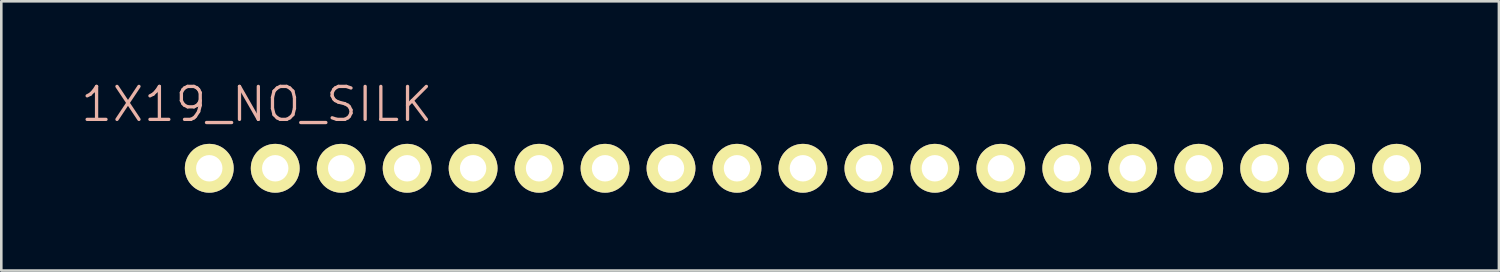
<source format=kicad_pcb>
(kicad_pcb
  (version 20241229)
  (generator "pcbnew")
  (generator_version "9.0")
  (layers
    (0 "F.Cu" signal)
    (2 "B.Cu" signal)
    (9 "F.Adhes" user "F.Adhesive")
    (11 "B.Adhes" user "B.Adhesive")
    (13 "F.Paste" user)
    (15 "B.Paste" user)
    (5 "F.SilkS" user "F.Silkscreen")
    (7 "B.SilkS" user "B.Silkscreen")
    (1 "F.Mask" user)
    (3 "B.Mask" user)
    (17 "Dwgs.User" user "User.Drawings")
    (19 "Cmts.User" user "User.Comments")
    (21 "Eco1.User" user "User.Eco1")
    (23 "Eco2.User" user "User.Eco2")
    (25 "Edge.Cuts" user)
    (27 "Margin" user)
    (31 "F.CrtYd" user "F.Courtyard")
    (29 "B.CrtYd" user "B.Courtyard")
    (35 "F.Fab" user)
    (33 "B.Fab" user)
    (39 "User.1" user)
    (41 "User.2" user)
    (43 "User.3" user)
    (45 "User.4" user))
  (footprint "1X19_NO_SILK"
    (layer "F.Cu")
    (at 5.008 3.43)
    (property "Reference" "1X19_NO_SILK" (at 1.829 -2.464 0) (layer "B.SilkS") (effects (font (size 1.27 1.27) (thickness 0.127))))
    (attr exclude_from_pos_files exclude_from_bom)
    (fp_line (start -0.254 -0.254) (end 0.254 -0.254) (stroke (width 0.066) (type solid)) (layer "F.SilkS"))
    (fp_line (start -0.254 0.254) (end -0.254 -0.254) (stroke (width 0.066) (type solid)) (layer "F.SilkS"))
    (fp_line (start -0.254 0.254) (end 0.254 0.254) (stroke (width 0.066) (type solid)) (layer "F.SilkS"))
    (fp_line (start 0.254 0.254) (end 0.254 -0.254) (stroke (width 0.066) (type solid)) (layer "F.SilkS"))
    (fp_line (start 2.286 -0.254) (end 2.794 -0.254) (stroke (width 0.066) (type solid)) (layer "F.SilkS"))
    (fp_line (start 2.286 0.254) (end 2.286 -0.254) (stroke (width 0.066) (type solid)) (layer "F.SilkS"))
    (fp_line (start 2.286 0.254) (end 2.794 0.254) (stroke (width 0.066) (type solid)) (layer "F.SilkS"))
    (fp_line (start 2.794 0.254) (end 2.794 -0.254) (stroke (width 0.066) (type solid)) (layer "F.SilkS"))
    (fp_line (start 4.826 -0.254) (end 5.334 -0.254) (stroke (width 0.066) (type solid)) (layer "F.SilkS"))
    (fp_line (start 4.826 0.254) (end 4.826 -0.254) (stroke (width 0.066) (type solid)) (layer "F.SilkS"))
    (fp_line (start 4.826 0.254) (end 5.334 0.254) (stroke (width 0.066) (type solid)) (layer "F.SilkS"))
    (fp_line (start 5.334 0.254) (end 5.334 -0.254) (stroke (width 0.066) (type solid)) (layer "F.SilkS"))
    (fp_line (start 7.366 -0.254) (end 7.874 -0.254) (stroke (width 0.066) (type solid)) (layer "F.SilkS"))
    (fp_line (start 7.366 0.254) (end 7.366 -0.254) (stroke (width 0.066) (type solid)) (layer "F.SilkS"))
    (fp_line (start 7.366 0.254) (end 7.874 0.254) (stroke (width 0.066) (type solid)) (layer "F.SilkS"))
    (fp_line (start 7.874 0.254) (end 7.874 -0.254) (stroke (width 0.066) (type solid)) (layer "F.SilkS"))
    (fp_line (start 9.906 -0.254) (end 10.414 -0.254) (stroke (width 0.066) (type solid)) (layer "F.SilkS"))
    (fp_line (start 9.906 0.254) (end 9.906 -0.254) (stroke (width 0.066) (type solid)) (layer "F.SilkS"))
    (fp_line (start 9.906 0.254) (end 10.414 0.254) (stroke (width 0.066) (type solid)) (layer "F.SilkS"))
    (fp_line (start 10.414 0.254) (end 10.414 -0.254) (stroke (width 0.066) (type solid)) (layer "F.SilkS"))
    (fp_line (start 12.446 -0.254) (end 12.954 -0.254) (stroke (width 0.066) (type solid)) (layer "F.SilkS"))
    (fp_line (start 12.446 0.254) (end 12.446 -0.254) (stroke (width 0.066) (type solid)) (layer "F.SilkS"))
    (fp_line (start 12.446 0.254) (end 12.954 0.254) (stroke (width 0.066) (type solid)) (layer "F.SilkS"))
    (fp_line (start 12.954 0.254) (end 12.954 -0.254) (stroke (width 0.066) (type solid)) (layer "F.SilkS"))
    (fp_line (start 14.986 -0.254) (end 15.494 -0.254) (stroke (width 0.066) (type solid)) (layer "F.SilkS"))
    (fp_line (start 14.986 0.254) (end 14.986 -0.254) (stroke (width 0.066) (type solid)) (layer "F.SilkS"))
    (fp_line (start 14.986 0.254) (end 15.494 0.254) (stroke (width 0.066) (type solid)) (layer "F.SilkS"))
    (fp_line (start 15.494 0.254) (end 15.494 -0.254) (stroke (width 0.066) (type solid)) (layer "F.SilkS"))
    (fp_line (start 17.523 -0.254) (end 18.034 -0.254) (stroke (width 0.066) (type solid)) (layer "F.SilkS"))
    (fp_line (start 17.523 0.254) (end 17.523 -0.254) (stroke (width 0.066) (type solid)) (layer "F.SilkS"))
    (fp_line (start 17.523 0.254) (end 18.034 0.254) (stroke (width 0.066) (type solid)) (layer "F.SilkS"))
    (fp_line (start 18.034 0.254) (end 18.034 -0.254) (stroke (width 0.066) (type solid)) (layer "F.SilkS"))
    (fp_line (start 20.066 -0.254) (end 20.574 -0.254) (stroke (width 0.066) (type solid)) (layer "F.SilkS"))
    (fp_line (start 20.066 0.254) (end 20.066 -0.254) (stroke (width 0.066) (type solid)) (layer "F.SilkS"))
    (fp_line (start 20.066 0.254) (end 20.574 0.254) (stroke (width 0.066) (type solid)) (layer "F.SilkS"))
    (fp_line (start 20.574 0.254) (end 20.574 -0.254) (stroke (width 0.066) (type solid)) (layer "F.SilkS"))
    (fp_line (start 22.606 -0.254) (end 23.114 -0.254) (stroke (width 0.066) (type solid)) (layer "F.SilkS"))
    (fp_line (start 22.606 0.254) (end 22.606 -0.254) (stroke (width 0.066) (type solid)) (layer "F.SilkS"))
    (fp_line (start 22.606 0.254) (end 23.114 0.254) (stroke (width 0.066) (type solid)) (layer "F.SilkS"))
    (fp_line (start 23.114 0.254) (end 23.114 -0.254) (stroke (width 0.066) (type solid)) (layer "F.SilkS"))
    (fp_line (start 25.146 -0.254) (end 25.654 -0.254) (stroke (width 0.066) (type solid)) (layer "F.SilkS"))
    (fp_line (start 25.146 0.254) (end 25.146 -0.254) (stroke (width 0.066) (type solid)) (layer "F.SilkS"))
    (fp_line (start 25.146 0.254) (end 25.654 0.254) (stroke (width 0.066) (type solid)) (layer "F.SilkS"))
    (fp_line (start 25.654 0.254) (end 25.654 -0.254) (stroke (width 0.066) (type solid)) (layer "F.SilkS"))
    (fp_line (start 27.686 -0.254) (end 28.194 -0.254) (stroke (width 0.066) (type solid)) (layer "F.SilkS"))
    (fp_line (start 27.686 0.254) (end 27.686 -0.254) (stroke (width 0.066) (type solid)) (layer "F.SilkS"))
    (fp_line (start 27.686 0.254) (end 28.194 0.254) (stroke (width 0.066) (type solid)) (layer "F.SilkS"))
    (fp_line (start 28.194 0.254) (end 28.194 -0.254) (stroke (width 0.066) (type solid)) (layer "F.SilkS"))
    (fp_line (start 30.226 -0.254) (end 30.734 -0.254) (stroke (width 0.066) (type solid)) (layer "F.SilkS"))
    (fp_line (start 30.226 0.254) (end 30.226 -0.254) (stroke (width 0.066) (type solid)) (layer "F.SilkS"))
    (fp_line (start 30.226 0.254) (end 30.734 0.254) (stroke (width 0.066) (type solid)) (layer "F.SilkS"))
    (fp_line (start 30.734 0.254) (end 30.734 -0.254) (stroke (width 0.066) (type solid)) (layer "F.SilkS"))
    (fp_line (start 32.766 -0.254) (end 33.274 -0.254) (stroke (width 0.066) (type solid)) (layer "F.SilkS"))
    (fp_line (start 32.766 0.254) (end 32.766 -0.254) (stroke (width 0.066) (type solid)) (layer "F.SilkS"))
    (fp_line (start 32.766 0.254) (end 33.274 0.254) (stroke (width 0.066) (type solid)) (layer "F.SilkS"))
    (fp_line (start 33.274 0.254) (end 33.274 -0.254) (stroke (width 0.066) (type solid)) (layer "F.SilkS"))
    (fp_line (start 35.303 -0.254) (end 35.814 -0.254) (stroke (width 0.066) (type solid)) (layer "F.SilkS"))
    (fp_line (start 35.303 0.254) (end 35.303 -0.254) (stroke (width 0.066) (type solid)) (layer "F.SilkS"))
    (fp_line (start 35.303 0.254) (end 35.814 0.254) (stroke (width 0.066) (type solid)) (layer "F.SilkS"))
    (fp_line (start 35.814 0.254) (end 35.814 -0.254) (stroke (width 0.066) (type solid)) (layer "F.SilkS"))
    (fp_line (start 37.846 -0.254) (end 38.354 -0.254) (stroke (width 0.066) (type solid)) (layer "F.SilkS"))
    (fp_line (start 37.846 0.254) (end 37.846 -0.254) (stroke (width 0.066) (type solid)) (layer "F.SilkS"))
    (fp_line (start 37.846 0.254) (end 38.354 0.254) (stroke (width 0.066) (type solid)) (layer "F.SilkS"))
    (fp_line (start 38.354 0.254) (end 38.354 -0.254) (stroke (width 0.066) (type solid)) (layer "F.SilkS"))
    (fp_line (start 40.386 -0.254) (end 40.894 -0.254) (stroke (width 0.066) (type solid)) (layer "F.SilkS"))
    (fp_line (start 40.386 0.254) (end 40.386 -0.254) (stroke (width 0.066) (type solid)) (layer "F.SilkS"))
    (fp_line (start 40.386 0.254) (end 40.894 0.254) (stroke (width 0.066) (type solid)) (layer "F.SilkS"))
    (fp_line (start 40.894 0.254) (end 40.894 -0.254) (stroke (width 0.066) (type solid)) (layer "F.SilkS"))
    (fp_line (start 42.926 -0.254) (end 43.434 -0.254) (stroke (width 0.066) (type solid)) (layer "F.SilkS"))
    (fp_line (start 42.926 0.254) (end 42.926 -0.254) (stroke (width 0.066) (type solid)) (layer "F.SilkS"))
    (fp_line (start 42.926 0.254) (end 43.434 0.254) (stroke (width 0.066) (type solid)) (layer "F.SilkS"))
    (fp_line (start 43.434 0.254) (end 43.434 -0.254) (stroke (width 0.066) (type solid)) (layer "F.SilkS"))
    (fp_line (start 45.466 -0.254) (end 45.974 -0.254) (stroke (width 0.066) (type solid)) (layer "F.SilkS"))
    (fp_line (start 45.466 0.254) (end 45.466 -0.254) (stroke (width 0.066) (type solid)) (layer "F.SilkS"))
    (fp_line (start 45.466 0.254) (end 45.974 0.254) (stroke (width 0.066) (type solid)) (layer "F.SilkS"))
    (fp_line (start 45.974 0.254) (end 45.974 -0.254) (stroke (width 0.066) (type solid)) (layer "F.SilkS"))
    (pad "1" thru_hole circle (at 0 0) (size 1.88 1.88) (drill 1.016) (layers "*.Cu" "F.Mask" "F.SilkS" "F.Paste"))
    (pad "2" thru_hole circle (at 2.54 0) (size 1.88 1.88) (drill 1.016) (layers "*.Cu" "F.Mask" "F.SilkS" "F.Paste"))
    (pad "3" thru_hole circle (at 5.08 0) (size 1.88 1.88) (drill 1.016) (layers "*.Cu" "F.Mask" "F.SilkS" "F.Paste"))
    (pad "4" thru_hole circle (at 7.62 0) (size 1.88 1.88) (drill 1.016) (layers "*.Cu" "F.Mask" "F.SilkS" "F.Paste"))
    (pad "5" thru_hole circle (at 10.16 0) (size 1.88 1.88) (drill 1.016) (layers "*.Cu" "F.Mask" "F.SilkS" "F.Paste"))
    (pad "6" thru_hole circle (at 12.7 0) (size 1.88 1.88) (drill 1.016) (layers "*.Cu" "F.Mask" "F.SilkS" "F.Paste"))
    (pad "7" thru_hole circle (at 15.24 0) (size 1.88 1.88) (drill 1.016) (layers "*.Cu" "F.Mask" "F.SilkS" "F.Paste"))
    (pad "8" thru_hole circle (at 17.78 0) (size 1.88 1.88) (drill 1.016) (layers "*.Cu" "F.Mask" "F.SilkS" "F.Paste"))
    (pad "9" thru_hole circle (at 20.32 0) (size 1.88 1.88) (drill 1.016) (layers "*.Cu" "F.Mask" "F.SilkS" "F.Paste"))
    (pad "10" thru_hole circle (at 22.86 0) (size 1.88 1.88) (drill 1.016) (layers "*.Cu" "F.Mask" "F.SilkS" "F.Paste"))
    (pad "11" thru_hole circle (at 25.4 0) (size 1.88 1.88) (drill 1.016) (layers "*.Cu" "F.Mask" "F.SilkS" "F.Paste"))
    (pad "12" thru_hole circle (at 27.94 0) (size 1.88 1.88) (drill 1.016) (layers "*.Cu" "F.Mask" "F.SilkS" "F.Paste"))
    (pad "13" thru_hole circle (at 30.48 0) (size 1.88 1.88) (drill 1.016) (layers "*.Cu" "F.Mask" "F.SilkS" "F.Paste"))
    (pad "14" thru_hole circle (at 33.02 0) (size 1.88 1.88) (drill 1.016) (layers "*.Cu" "F.Mask" "F.SilkS" "F.Paste"))
    (pad "15" thru_hole circle (at 35.56 0) (size 1.88 1.88) (drill 1.016) (layers "*.Cu" "F.Mask" "F.SilkS" "F.Paste"))
    (pad "16" thru_hole circle (at 38.1 0) (size 1.88 1.88) (drill 1.016) (layers "*.Cu" "F.Mask" "F.SilkS" "F.Paste"))
    (pad "17" thru_hole circle (at 40.64 0) (size 1.88 1.88) (drill 1.016) (layers "*.Cu" "F.Mask" "F.SilkS" "F.Paste"))
    (pad "18" thru_hole circle (at 43.18 0) (size 1.88 1.88) (drill 1.016) (layers "*.Cu" "F.Mask" "F.SilkS" "F.Paste"))
    (pad "19" thru_hole circle (at 45.72 0) (size 1.88 1.88) (drill 1.016) (layers "*.Cu" "F.Mask" "F.SilkS" "F.Paste")))
  (gr_rect
    (start -3 -3)
    (end 54.668 7.369)
    (stroke (width 0.1) (type default))
    (fill no)
    (layer "Edge.Cuts")))
</source>
